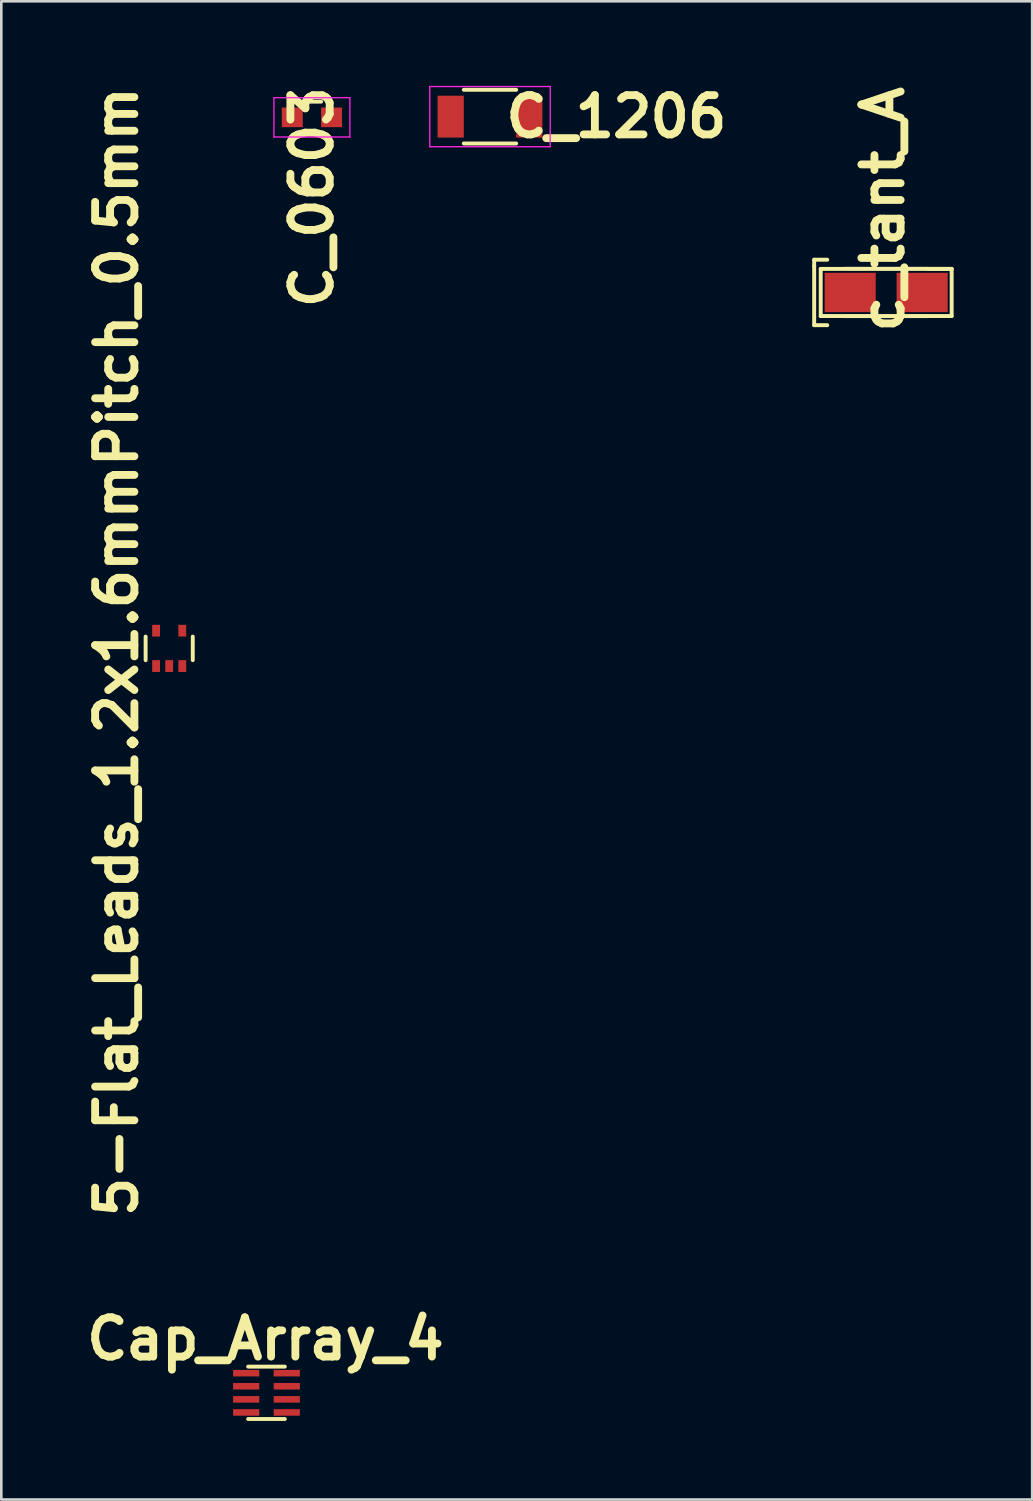
<source format=kicad_pcb>
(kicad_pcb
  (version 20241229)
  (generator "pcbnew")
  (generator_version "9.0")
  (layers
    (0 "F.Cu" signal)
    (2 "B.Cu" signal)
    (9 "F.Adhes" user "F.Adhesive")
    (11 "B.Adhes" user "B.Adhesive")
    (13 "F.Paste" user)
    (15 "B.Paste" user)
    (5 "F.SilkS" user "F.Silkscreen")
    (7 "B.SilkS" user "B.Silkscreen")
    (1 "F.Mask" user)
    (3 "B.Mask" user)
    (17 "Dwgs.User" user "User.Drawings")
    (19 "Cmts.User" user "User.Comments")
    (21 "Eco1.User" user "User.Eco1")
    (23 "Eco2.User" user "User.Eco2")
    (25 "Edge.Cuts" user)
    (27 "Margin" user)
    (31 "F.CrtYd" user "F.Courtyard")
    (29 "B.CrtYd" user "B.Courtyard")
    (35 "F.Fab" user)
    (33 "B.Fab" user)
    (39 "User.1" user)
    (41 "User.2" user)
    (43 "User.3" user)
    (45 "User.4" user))
  (footprint "Cap_Array_4"
    (layer "F.Cu")
    (at 7.126 50.136)
    (property "Reference" "Cap_Array_4" (at -0.04 -2.061 0) (layer "F.SilkS") (effects (font (size 1.5 1.5) (thickness 0.3))))
    (attr through_hole)
    (fp_line (start -0.7 1) (end 0.7 1) (stroke (width 0.15) (type solid)) (layer "F.SilkS"))
    (fp_line (start 0.7 -1) (end -0.7 -1) (stroke (width 0.15) (type solid)) (layer "F.SilkS"))
    (pad "1" smd rect (at -0.775 -0.75) (size 1 0.25) (layers "F.Cu" "F.Mask" "F.Paste"))
    (pad "2" smd rect (at -0.775 -0.25) (size 1 0.25) (layers "F.Cu" "F.Mask" "F.Paste"))
    (pad "3" smd rect (at -0.775 0.25) (size 1 0.25) (layers "F.Cu" "F.Mask" "F.Paste"))
    (pad "4" smd rect (at -0.775 0.75) (size 1 0.25) (layers "F.Cu" "F.Mask" "F.Paste"))
    (pad "5" smd rect (at 0.775 0.75) (size 1 0.25) (layers "F.Cu" "F.Mask" "F.Paste"))
    (pad "6" smd rect (at 0.775 0.25) (size 1 0.25) (layers "F.Cu" "F.Mask" "F.Paste"))
    (pad "7" smd rect (at 0.775 -0.25) (size 1 0.25) (layers "F.Cu" "F.Mask" "F.Paste"))
    (pad "8" smd rect (at 0.775 -0.75) (size 1 0.25) (layers "F.Cu" "F.Mask" "F.Paste")))
  (footprint "c_tant_A"
    (layer "F.Cu")
    (at 30.79 8.118)
    (property "Reference" "c_tant_A" (at -0.127 -3.175 90) (layer "F.SilkS") (effects (font (size 1.5 1.5) (thickness 0.3))))
    (attr through_hole)
    (fp_line (start -2.75 -1.25) (end -2.25 -1.25) (stroke (width 0.15) (type solid)) (layer "F.SilkS"))
    (fp_line (start -2.75 -1) (end -2.75 -1.25) (stroke (width 0.15) (type solid)) (layer "F.SilkS"))
    (fp_line (start -2.75 1.25) (end -2.75 -1) (stroke (width 0.15) (type solid)) (layer "F.SilkS"))
    (fp_line (start -2.5 -0.9) (end 2.5 -0.9) (stroke (width 0.15) (type solid)) (layer "F.SilkS"))
    (fp_line (start -2.5 0.9) (end -2.5 -0.9) (stroke (width 0.15) (type solid)) (layer "F.SilkS"))
    (fp_line (start -2.25 1.25) (end -2.75 1.25) (stroke (width 0.15) (type solid)) (layer "F.SilkS"))
    (fp_line (start -1.6 0.913) (end 1.6 0.913) (stroke (width 0.127) (type solid)) (layer "F.SilkS"))
    (fp_line (start 1.6 -0.9) (end 2.5 -0.9) (stroke (width 0.15) (type solid)) (layer "F.SilkS"))
    (fp_line (start 1.6 -0.913) (end -1.6 -0.913) (stroke (width 0.127) (type solid)) (layer "F.SilkS"))
    (fp_line (start 2.5 -0.9) (end 2.5 0.9) (stroke (width 0.15) (type solid)) (layer "F.SilkS"))
    (fp_line (start 2.5 0.9) (end -2.5 0.9) (stroke (width 0.15) (type solid)) (layer "F.SilkS"))
    (pad "1" smd rect (at -1.374 0) (size 1.951 1.501) (layers "F.Cu" "F.Mask" "F.Paste"))
    (pad "2" smd rect (at 1.374 0) (size 1.951 1.501) (layers "F.Cu" "F.Mask" "F.Paste")))
  (footprint "C_1206"
    (layer "F.Cu")
    (at 15.661 1.404)
    (property "Reference" "C_1206" (at 4.826 0 0) (layer "F.SilkS") (effects (font (size 1.5 1.5) (thickness 0.3))))
    (attr smd)
    (fp_line (start -1 1.025) (end 1 1.025) (stroke (width 0.15) (type solid)) (layer "F.SilkS"))
    (fp_line (start 1 -1.025) (end -1 -1.025) (stroke (width 0.15) (type solid)) (layer "F.SilkS"))
    (fp_line (start -2.3 -1.15) (end -2.3 1.15) (stroke (width 0.05) (type solid)) (layer "F.CrtYd"))
    (fp_line (start -2.3 -1.15) (end 2.3 -1.15) (stroke (width 0.05) (type solid)) (layer "F.CrtYd"))
    (fp_line (start -2.3 1.15) (end 2.3 1.15) (stroke (width 0.05) (type solid)) (layer "F.CrtYd"))
    (fp_line (start 2.3 -1.15) (end 2.3 1.15) (stroke (width 0.05) (type solid)) (layer "F.CrtYd"))
    (pad "1" smd rect (at -1.5 0) (size 1 1.6) (layers "F.Cu" "F.Mask" "F.Paste"))
    (pad "2" smd rect (at 1.5 0) (size 1 1.6) (layers "F.Cu" "F.Mask" "F.Paste")))
  (footprint "C_0603"
    (layer "F.Cu")
    (at 8.861 1.431)
    (property "Reference" "C_0603" (at 0 3.048 90) (layer "F.SilkS") (effects (font (size 1.5 1.5) (thickness 0.3))))
    (attr smd)
    (fp_line (start -0.35 -0.6) (end 0.35 -0.6) (stroke (width 0.15) (type solid)) (layer "F.SilkS"))
    (fp_line (start 0.35 0.6) (end -0.35 0.6) (stroke (width 0.15) (type solid)) (layer "F.SilkS"))
    (fp_line (start -1.45 -0.75) (end -1.45 0.75) (stroke (width 0.05) (type solid)) (layer "F.CrtYd"))
    (fp_line (start -1.45 -0.75) (end 1.45 -0.75) (stroke (width 0.05) (type solid)) (layer "F.CrtYd"))
    (fp_line (start -1.45 0.75) (end 1.45 0.75) (stroke (width 0.05) (type solid)) (layer "F.CrtYd"))
    (fp_line (start 1.45 -0.75) (end 1.45 0.75) (stroke (width 0.05) (type solid)) (layer "F.CrtYd"))
    (pad "1" smd rect (at -0.75 0) (size 0.8 0.75) (layers "F.Cu" "F.Mask" "F.Paste"))
    (pad "2" smd rect (at 0.75 0) (size 0.8 0.75) (layers "F.Cu" "F.Mask" "F.Paste")))
  (footprint "5-Flat_Leads_1.2x1.6mmPitch_0.5mm"
    (layer "F.Cu")
    (at 3.411 21.709)
    (property "Reference" "5-Flat_Leads_1.2x1.6mmPitch_0.5mm" (at -2.007 0.127 270) (layer "F.SilkS") (effects (font (size 1.5 1.5) (thickness 0.3))))
    (attr through_hole)
    (fp_line (start -0.9 -0.45) (end -0.9 0.45) (stroke (width 0.15) (type solid)) (layer "F.SilkS"))
    (fp_line (start 0.9 -0.45) (end 0.9 0.45) (stroke (width 0.15) (type solid)) (layer "F.SilkS"))
    (pad "1" smd rect (at -0.5 0.675) (size 0.3 0.45) (layers "F.Cu" "F.Mask" "F.Paste"))
    (pad "2" smd rect (at 0 0.675) (size 0.3 0.45) (layers "F.Cu" "F.Mask" "F.Paste"))
    (pad "3" smd rect (at 0.5 0.675) (size 0.3 0.45) (layers "F.Cu" "F.Mask" "F.Paste"))
    (pad "4" smd rect (at 0.5 -0.675) (size 0.3 0.45) (layers "F.Cu" "F.Mask" "F.Paste"))
    (pad "5" smd rect (at -0.5 -0.675) (size 0.3 0.45) (layers "F.Cu" "F.Mask" "F.Paste")))
  (gr_rect
    (start -3 -3)
    (end 36.365 54.211)
    (stroke (width 0.1) (type default))
    (fill no)
    (layer "Edge.Cuts")))
</source>
